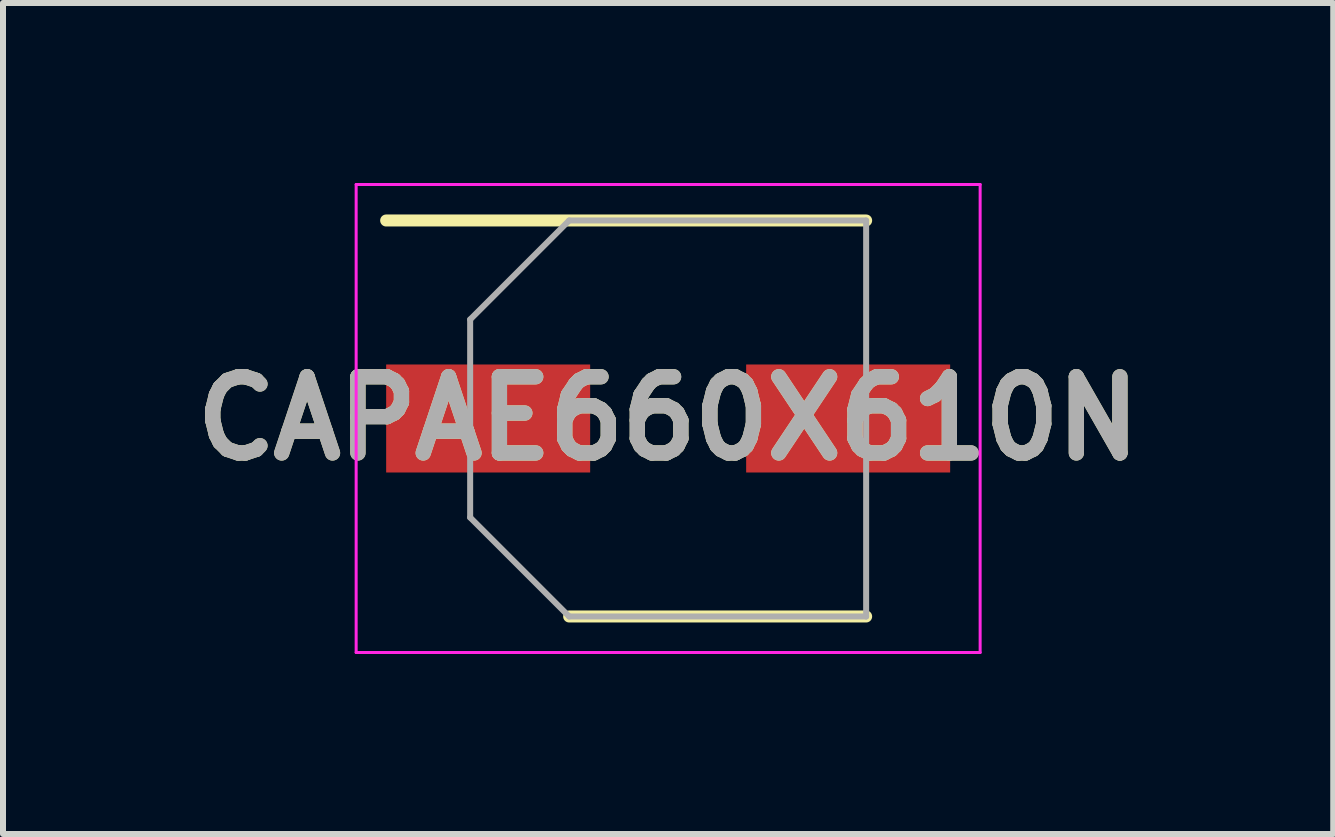
<source format=kicad_pcb>
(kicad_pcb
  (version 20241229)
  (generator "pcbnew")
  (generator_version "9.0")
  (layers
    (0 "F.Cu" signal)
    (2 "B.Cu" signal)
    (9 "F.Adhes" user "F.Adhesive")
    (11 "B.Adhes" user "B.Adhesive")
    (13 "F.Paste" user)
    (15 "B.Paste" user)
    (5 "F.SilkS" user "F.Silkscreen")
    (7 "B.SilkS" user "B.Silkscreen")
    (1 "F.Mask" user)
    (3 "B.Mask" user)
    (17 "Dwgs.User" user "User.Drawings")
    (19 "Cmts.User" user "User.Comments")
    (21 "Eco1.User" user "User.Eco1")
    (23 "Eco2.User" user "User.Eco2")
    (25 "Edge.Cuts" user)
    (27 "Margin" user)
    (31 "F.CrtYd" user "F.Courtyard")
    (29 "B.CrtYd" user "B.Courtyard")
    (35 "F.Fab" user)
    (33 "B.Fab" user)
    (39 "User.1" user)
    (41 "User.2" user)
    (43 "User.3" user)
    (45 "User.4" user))
  (footprint "CAPAE660X610N"
    (layer "F.Cu")
    (at 8.086 3.925)
    (property "Reference" "CAPAE660X610N" (at 0 0 0) (layer "F.SilkS") (effects (font (size 1.27 1.27) (thickness 0.254))))
    (attr smd)
    (fp_line (start -4.7 -3.3) (end 3.3 -3.3) (stroke (width 0.2) (type solid)) (layer "F.SilkS"))
    (fp_line (start -1.65 3.3) (end 3.3 3.3) (stroke (width 0.2) (type solid)) (layer "F.SilkS"))
    (fp_line (start -5.2 -3.9) (end 5.2 -3.9) (stroke (width 0.05) (type solid)) (layer "F.CrtYd"))
    (fp_line (start -5.2 3.9) (end -5.2 -3.9) (stroke (width 0.05) (type solid)) (layer "F.CrtYd"))
    (fp_line (start 5.2 -3.9) (end 5.2 3.9) (stroke (width 0.05) (type solid)) (layer "F.CrtYd"))
    (fp_line (start 5.2 3.9) (end -5.2 3.9) (stroke (width 0.05) (type solid)) (layer "F.CrtYd"))
    (fp_line (start -3.3 -1.65) (end -3.3 1.65) (stroke (width 0.1) (type solid)) (layer "F.Fab"))
    (fp_line (start -3.3 1.65) (end -1.65 3.3) (stroke (width 0.1) (type solid)) (layer "F.Fab"))
    (fp_line (start -1.65 -3.3) (end -3.3 -1.65) (stroke (width 0.1) (type solid)) (layer "F.Fab"))
    (fp_line (start -1.65 3.3) (end 3.3 3.3) (stroke (width 0.1) (type solid)) (layer "F.Fab"))
    (fp_line (start 3.3 -3.3) (end -1.65 -3.3) (stroke (width 0.1) (type solid)) (layer "F.Fab"))
    (fp_line (start 3.3 3.3) (end 3.3 -3.3) (stroke (width 0.1) (type solid)) (layer "F.Fab"))
    (fp_text user "${REFERENCE}" (at 0 0 0) (layer "F.Fab") (effects (font (size 1.27 1.27) (thickness 0.254))))
    (pad "1" smd rect (at -3 0 90) (size 1.8 3.4) (layers "F.Cu" "F.Mask" "F.Paste"))
    (pad "2" smd rect (at 3 0 90) (size 1.8 3.4) (layers "F.Cu" "F.Mask" "F.Paste")))
  (gr_rect
    (start -3 -3)
    (end 19.171 10.85)
    (stroke (width 0.1) (type default))
    (fill no)
    (layer "Edge.Cuts")))
</source>
